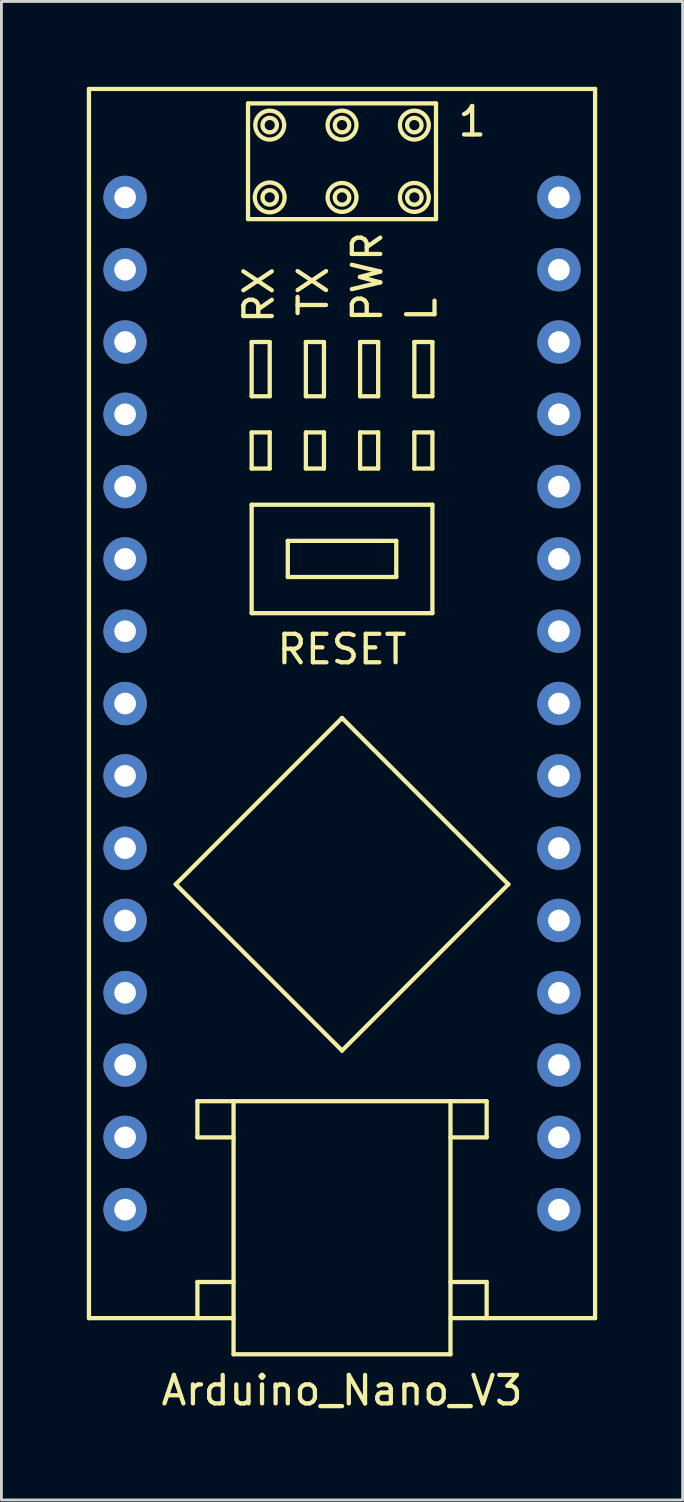
<source format=kicad_pcb>
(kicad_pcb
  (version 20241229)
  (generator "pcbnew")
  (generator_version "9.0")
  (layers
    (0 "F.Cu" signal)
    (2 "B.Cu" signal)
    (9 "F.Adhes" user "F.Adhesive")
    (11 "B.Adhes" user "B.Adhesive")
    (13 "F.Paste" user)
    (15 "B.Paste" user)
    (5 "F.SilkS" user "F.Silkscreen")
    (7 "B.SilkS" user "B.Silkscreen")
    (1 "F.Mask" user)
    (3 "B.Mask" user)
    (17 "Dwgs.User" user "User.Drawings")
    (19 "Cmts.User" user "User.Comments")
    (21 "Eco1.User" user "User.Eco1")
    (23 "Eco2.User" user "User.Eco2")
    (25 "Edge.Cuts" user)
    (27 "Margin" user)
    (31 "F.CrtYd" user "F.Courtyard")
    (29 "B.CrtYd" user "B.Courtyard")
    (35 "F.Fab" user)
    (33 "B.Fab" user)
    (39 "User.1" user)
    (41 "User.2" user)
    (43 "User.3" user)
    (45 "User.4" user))
  (footprint "Arduino_Nano_V3"
    (layer "F.Cu")
    (at 8.965 21.665)
    (property "Reference" "Arduino_Nano_V3" (at 0 24.13 0) (layer "F.SilkS") (effects (font (size 1 1) (thickness 0.15))))
    (attr through_hole)
    (fp_line (start -8.89 -21.59) (end 8.89 -21.59) (stroke (width 0.15) (type solid)) (layer "F.SilkS"))
    (fp_line (start -8.89 21.59) (end -8.89 -21.59) (stroke (width 0.15) (type solid)) (layer "F.SilkS"))
    (fp_line (start -8.89 21.59) (end -3.81 21.59) (stroke (width 0.15) (type solid)) (layer "F.SilkS"))
    (fp_line (start -5.842 6.35) (end 0 0.508) (stroke (width 0.15) (type solid)) (layer "F.SilkS"))
    (fp_line (start -5.08 13.97) (end -5.08 15.24) (stroke (width 0.15) (type solid)) (layer "F.SilkS"))
    (fp_line (start -5.08 15.24) (end -3.81 15.24) (stroke (width 0.15) (type solid)) (layer "F.SilkS"))
    (fp_line (start -5.08 20.32) (end -5.08 21.59) (stroke (width 0.15) (type solid)) (layer "F.SilkS"))
    (fp_line (start -3.81 13.97) (end -5.08 13.97) (stroke (width 0.15) (type solid)) (layer "F.SilkS"))
    (fp_line (start -3.81 13.97) (end -3.81 22.86) (stroke (width 0.15) (type solid)) (layer "F.SilkS"))
    (fp_line (start -3.81 13.97) (end 3.81 13.97) (stroke (width 0.15) (type solid)) (layer "F.SilkS"))
    (fp_line (start -3.81 20.32) (end -5.08 20.32) (stroke (width 0.15) (type solid)) (layer "F.SilkS"))
    (fp_line (start -3.81 22.86) (end 3.81 22.86) (stroke (width 0.15) (type solid)) (layer "F.SilkS"))
    (fp_line (start -3.302 -21.082) (end -3.302 -17.018) (stroke (width 0.15) (type solid)) (layer "F.SilkS"))
    (fp_line (start -3.302 -17.018) (end 3.302 -17.018) (stroke (width 0.15) (type solid)) (layer "F.SilkS"))
    (fp_line (start -3.175 -12.7) (end -2.54 -12.7) (stroke (width 0.15) (type solid)) (layer "F.SilkS"))
    (fp_line (start -3.175 -10.795) (end -3.175 -12.7) (stroke (width 0.15) (type solid)) (layer "F.SilkS"))
    (fp_line (start -3.175 -9.525) (end -3.175 -8.255) (stroke (width 0.15) (type solid)) (layer "F.SilkS"))
    (fp_line (start -3.175 -8.255) (end -2.54 -8.255) (stroke (width 0.15) (type solid)) (layer "F.SilkS"))
    (fp_line (start -3.175 -6.985) (end 3.175 -6.985) (stroke (width 0.15) (type solid)) (layer "F.SilkS"))
    (fp_line (start -3.175 -3.175) (end -3.175 -6.985) (stroke (width 0.15) (type solid)) (layer "F.SilkS"))
    (fp_line (start -2.54 -12.7) (end -2.54 -10.795) (stroke (width 0.15) (type solid)) (layer "F.SilkS"))
    (fp_line (start -2.54 -10.795) (end -3.175 -10.795) (stroke (width 0.15) (type solid)) (layer "F.SilkS"))
    (fp_line (start -2.54 -9.525) (end -3.175 -9.525) (stroke (width 0.15) (type solid)) (layer "F.SilkS"))
    (fp_line (start -2.54 -8.255) (end -2.54 -9.525) (stroke (width 0.15) (type solid)) (layer "F.SilkS"))
    (fp_line (start -1.905 -5.715) (end -1.905 -4.445) (stroke (width 0.15) (type solid)) (layer "F.SilkS"))
    (fp_line (start -1.905 -4.445) (end 1.905 -4.445) (stroke (width 0.15) (type solid)) (layer "F.SilkS"))
    (fp_line (start -1.27 -12.7) (end -0.635 -12.7) (stroke (width 0.15) (type solid)) (layer "F.SilkS"))
    (fp_line (start -1.27 -10.795) (end -1.27 -12.7) (stroke (width 0.15) (type solid)) (layer "F.SilkS"))
    (fp_line (start -1.27 -9.525) (end -1.27 -8.255) (stroke (width 0.15) (type solid)) (layer "F.SilkS"))
    (fp_line (start -1.27 -8.255) (end -0.635 -8.255) (stroke (width 0.15) (type solid)) (layer "F.SilkS"))
    (fp_line (start -0.635 -12.7) (end -0.635 -10.795) (stroke (width 0.15) (type solid)) (layer "F.SilkS"))
    (fp_line (start -0.635 -10.795) (end -1.27 -10.795) (stroke (width 0.15) (type solid)) (layer "F.SilkS"))
    (fp_line (start -0.635 -9.525) (end -1.27 -9.525) (stroke (width 0.15) (type solid)) (layer "F.SilkS"))
    (fp_line (start -0.635 -8.255) (end -0.635 -9.525) (stroke (width 0.15) (type solid)) (layer "F.SilkS"))
    (fp_line (start 0 0.508) (end 5.842 6.35) (stroke (width 0.15) (type solid)) (layer "F.SilkS"))
    (fp_line (start 0 12.192) (end -5.842 6.35) (stroke (width 0.15) (type solid)) (layer "F.SilkS"))
    (fp_line (start 0.635 -12.7) (end 0.635 -10.795) (stroke (width 0.15) (type solid)) (layer "F.SilkS"))
    (fp_line (start 0.635 -10.795) (end 1.27 -10.795) (stroke (width 0.15) (type solid)) (layer "F.SilkS"))
    (fp_line (start 0.635 -9.525) (end 0.635 -8.255) (stroke (width 0.15) (type solid)) (layer "F.SilkS"))
    (fp_line (start 0.635 -8.255) (end 1.27 -8.255) (stroke (width 0.15) (type solid)) (layer "F.SilkS"))
    (fp_line (start 1.27 -12.7) (end 0.635 -12.7) (stroke (width 0.15) (type solid)) (layer "F.SilkS"))
    (fp_line (start 1.27 -10.795) (end 1.27 -12.7) (stroke (width 0.15) (type solid)) (layer "F.SilkS"))
    (fp_line (start 1.27 -9.525) (end 0.635 -9.525) (stroke (width 0.15) (type solid)) (layer "F.SilkS"))
    (fp_line (start 1.27 -8.255) (end 1.27 -9.525) (stroke (width 0.15) (type solid)) (layer "F.SilkS"))
    (fp_line (start 1.905 -5.715) (end -1.905 -5.715) (stroke (width 0.15) (type solid)) (layer "F.SilkS"))
    (fp_line (start 1.905 -4.445) (end 1.905 -5.715) (stroke (width 0.15) (type solid)) (layer "F.SilkS"))
    (fp_line (start 2.54 -12.7) (end 2.54 -10.795) (stroke (width 0.15) (type solid)) (layer "F.SilkS"))
    (fp_line (start 2.54 -10.795) (end 3.175 -10.795) (stroke (width 0.15) (type solid)) (layer "F.SilkS"))
    (fp_line (start 2.54 -9.525) (end 2.54 -8.255) (stroke (width 0.15) (type solid)) (layer "F.SilkS"))
    (fp_line (start 2.54 -8.255) (end 3.175 -8.255) (stroke (width 0.15) (type solid)) (layer "F.SilkS"))
    (fp_line (start 3.175 -12.7) (end 2.54 -12.7) (stroke (width 0.15) (type solid)) (layer "F.SilkS"))
    (fp_line (start 3.175 -10.795) (end 3.175 -12.7) (stroke (width 0.15) (type solid)) (layer "F.SilkS"))
    (fp_line (start 3.175 -9.525) (end 2.54 -9.525) (stroke (width 0.15) (type solid)) (layer "F.SilkS"))
    (fp_line (start 3.175 -8.255) (end 3.175 -9.525) (stroke (width 0.15) (type solid)) (layer "F.SilkS"))
    (fp_line (start 3.175 -6.985) (end 3.175 -3.175) (stroke (width 0.15) (type solid)) (layer "F.SilkS"))
    (fp_line (start 3.175 -3.175) (end -3.175 -3.175) (stroke (width 0.15) (type solid)) (layer "F.SilkS"))
    (fp_line (start 3.302 -21.082) (end -3.302 -21.082) (stroke (width 0.15) (type solid)) (layer "F.SilkS"))
    (fp_line (start 3.302 -17.018) (end 3.302 -21.082) (stroke (width 0.15) (type solid)) (layer "F.SilkS"))
    (fp_line (start 3.81 13.97) (end 5.08 13.97) (stroke (width 0.15) (type solid)) (layer "F.SilkS"))
    (fp_line (start 3.81 20.32) (end 5.08 20.32) (stroke (width 0.15) (type solid)) (layer "F.SilkS"))
    (fp_line (start 3.81 21.59) (end 8.89 21.59) (stroke (width 0.15) (type solid)) (layer "F.SilkS"))
    (fp_line (start 3.81 22.86) (end 3.81 13.97) (stroke (width 0.15) (type solid)) (layer "F.SilkS"))
    (fp_line (start 5.08 13.97) (end 5.08 15.24) (stroke (width 0.15) (type solid)) (layer "F.SilkS"))
    (fp_line (start 5.08 15.24) (end 3.81 15.24) (stroke (width 0.15) (type solid)) (layer "F.SilkS"))
    (fp_line (start 5.08 20.32) (end 5.08 21.59) (stroke (width 0.15) (type solid)) (layer "F.SilkS"))
    (fp_line (start 5.842 6.35) (end 0 12.192) (stroke (width 0.15) (type solid)) (layer "F.SilkS"))
    (fp_line (start 8.89 -21.59) (end 8.89 21.59) (stroke (width 0.15) (type solid)) (layer "F.SilkS"))
    (fp_circle (center -2.54 -20.32) (end -2.286 -20.32) (stroke (width 0.15) (type solid)) (fill no) (layer "F.SilkS"))
    (fp_circle (center -2.54 -20.32) (end -2.032 -20.32) (stroke (width 0.15) (type solid)) (fill no) (layer "F.SilkS"))
    (fp_circle (center -2.54 -17.78) (end -2.286 -17.78) (stroke (width 0.15) (type solid)) (fill no) (layer "F.SilkS"))
    (fp_circle (center -2.54 -17.78) (end -2.032 -17.653) (stroke (width 0.15) (type solid)) (fill no) (layer "F.SilkS"))
    (fp_circle (center 0 -20.32) (end 0.254 -20.32) (stroke (width 0.15) (type solid)) (fill no) (layer "F.SilkS"))
    (fp_circle (center 0 -20.32) (end 0.508 -20.32) (stroke (width 0.15) (type solid)) (fill no) (layer "F.SilkS"))
    (fp_circle (center 0 -17.78) (end 0.254 -17.78) (stroke (width 0.15) (type solid)) (fill no) (layer "F.SilkS"))
    (fp_circle (center 0 -17.78) (end 0.508 -17.78) (stroke (width 0.15) (type solid)) (fill no) (layer "F.SilkS"))
    (fp_circle (center 2.54 -20.32) (end 2.794 -20.32) (stroke (width 0.15) (type solid)) (fill no) (layer "F.SilkS"))
    (fp_circle (center 2.54 -20.32) (end 3.048 -20.32) (stroke (width 0.15) (type solid)) (fill no) (layer "F.SilkS"))
    (fp_circle (center 2.54 -17.78) (end 2.794 -17.78) (stroke (width 0.15) (type solid)) (fill no) (layer "F.SilkS"))
    (fp_circle (center 2.54 -17.78) (end 3.048 -17.78) (stroke (width 0.15) (type solid)) (fill no) (layer "F.SilkS"))
    (fp_text user "TX" (at -1.016 -14.478 90) (layer "F.SilkS") (effects (font (size 1 1) (thickness 0.15))))
    (fp_text user "RX" (at -2.921 -14.351 90) (layer "F.SilkS") (effects (font (size 1 1) (thickness 0.15))))
    (fp_text user "PWR" (at 0.889 -14.986 90) (layer "F.SilkS") (effects (font (size 1 1) (thickness 0.15))))
    (fp_text user "1" (at 4.572 -20.447 0) (layer "F.SilkS") (effects (font (size 1 1) (thickness 0.15))))
    (fp_text user "L" (at 2.794 -13.843 90) (layer "F.SilkS") (effects (font (size 1 1) (thickness 0.15))))
    (fp_text user "RESET" (at 0 -1.905 0) (layer "F.SilkS") (effects (font (size 1 1) (thickness 0.15))))
    (pad "1" thru_hole circle (at -7.62 -17.78) (size 1.524 1.524) (drill 0.762) (layers "*.Cu" "*.Mask"))
    (pad "2" thru_hole circle (at -7.62 -15.24) (size 1.524 1.524) (drill 0.762) (layers "*.Cu" "*.Mask"))
    (pad "3" thru_hole circle (at -7.62 -12.7) (size 1.524 1.524) (drill 0.762) (layers "*.Cu" "*.Mask"))
    (pad "4" thru_hole circle (at -7.62 -10.16) (size 1.524 1.524) (drill 0.762) (layers "*.Cu" "*.Mask"))
    (pad "5" thru_hole circle (at -7.62 -7.62) (size 1.524 1.524) (drill 0.762) (layers "*.Cu" "*.Mask"))
    (pad "6" thru_hole circle (at -7.62 -5.08) (size 1.524 1.524) (drill 0.762) (layers "*.Cu" "*.Mask"))
    (pad "7" thru_hole circle (at -7.62 -2.54) (size 1.524 1.524) (drill 0.762) (layers "*.Cu" "*.Mask"))
    (pad "8" thru_hole circle (at -7.62 0) (size 1.524 1.524) (drill 0.762) (layers "*.Cu" "*.Mask"))
    (pad "9" thru_hole circle (at -7.62 2.54) (size 1.524 1.524) (drill 0.762) (layers "*.Cu" "*.Mask"))
    (pad "10" thru_hole circle (at -7.62 5.08) (size 1.524 1.524) (drill 0.762) (layers "*.Cu" "*.Mask"))
    (pad "11" thru_hole circle (at -7.62 7.62) (size 1.524 1.524) (drill 0.762) (layers "*.Cu" "*.Mask"))
    (pad "12" thru_hole circle (at -7.62 10.16) (size 1.524 1.524) (drill 0.762) (layers "*.Cu" "*.Mask"))
    (pad "13" thru_hole circle (at -7.62 12.7) (size 1.524 1.524) (drill 0.762) (layers "*.Cu" "*.Mask"))
    (pad "14" thru_hole circle (at -7.62 15.24) (size 1.524 1.524) (drill 0.762) (layers "*.Cu" "*.Mask"))
    (pad "15" thru_hole circle (at -7.62 17.78) (size 1.524 1.524) (drill 0.762) (layers "*.Cu" "*.Mask"))
    (pad "16" thru_hole circle (at 7.62 17.78) (size 1.524 1.524) (drill 0.762) (layers "*.Cu" "*.Mask"))
    (pad "17" thru_hole circle (at 7.62 15.24) (size 1.524 1.524) (drill 0.762) (layers "*.Cu" "*.Mask"))
    (pad "18" thru_hole circle (at 7.62 12.7) (size 1.524 1.524) (drill 0.762) (layers "*.Cu" "*.Mask"))
    (pad "19" thru_hole circle (at 7.62 10.16) (size 1.524 1.524) (drill 0.762) (layers "*.Cu" "*.Mask"))
    (pad "20" thru_hole circle (at 7.62 7.62) (size 1.524 1.524) (drill 0.762) (layers "*.Cu" "*.Mask"))
    (pad "21" thru_hole circle (at 7.62 5.08) (size 1.524 1.524) (drill 0.762) (layers "*.Cu" "*.Mask"))
    (pad "22" thru_hole circle (at 7.62 2.54) (size 1.524 1.524) (drill 0.762) (layers "*.Cu" "*.Mask"))
    (pad "23" thru_hole circle (at 7.62 0) (size 1.524 1.524) (drill 0.762) (layers "*.Cu" "*.Mask"))
    (pad "24" thru_hole circle (at 7.62 -2.54) (size 1.524 1.524) (drill 0.762) (layers "*.Cu" "*.Mask"))
    (pad "25" thru_hole circle (at 7.62 -5.08) (size 1.524 1.524) (drill 0.762) (layers "*.Cu" "*.Mask"))
    (pad "26" thru_hole circle (at 7.62 -7.62) (size 1.524 1.524) (drill 0.762) (layers "*.Cu" "*.Mask"))
    (pad "27" thru_hole circle (at 7.62 -10.16) (size 1.524 1.524) (drill 0.762) (layers "*.Cu" "*.Mask"))
    (pad "28" thru_hole circle (at 7.62 -12.7) (size 1.524 1.524) (drill 0.762) (layers "*.Cu" "*.Mask"))
    (pad "29" thru_hole circle (at 7.62 -15.24) (size 1.524 1.524) (drill 0.762) (layers "*.Cu" "*.Mask"))
    (pad "30" thru_hole circle (at 7.62 -17.78) (size 1.524 1.524) (drill 0.762) (layers "*.Cu" "*.Mask")))
  (gr_rect
    (start -3 -3)
    (end 20.93 49.643)
    (stroke (width 0.1) (type default))
    (fill no)
    (layer "Edge.Cuts")))
</source>
